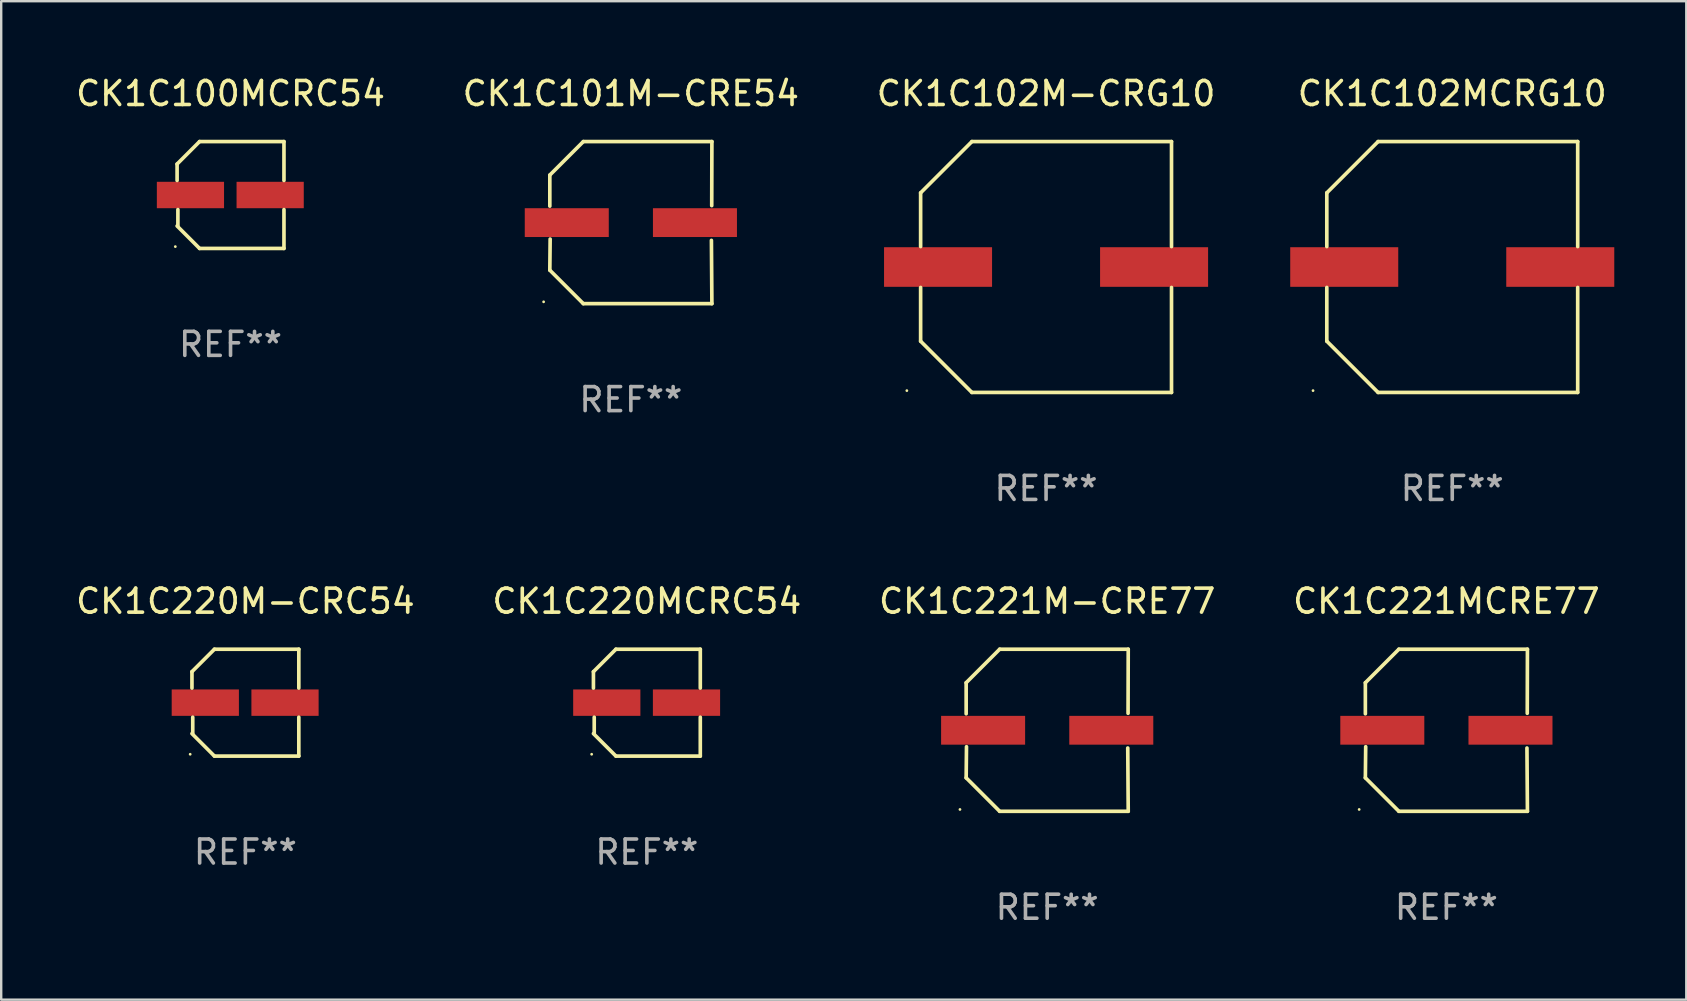
<source format=kicad_pcb>
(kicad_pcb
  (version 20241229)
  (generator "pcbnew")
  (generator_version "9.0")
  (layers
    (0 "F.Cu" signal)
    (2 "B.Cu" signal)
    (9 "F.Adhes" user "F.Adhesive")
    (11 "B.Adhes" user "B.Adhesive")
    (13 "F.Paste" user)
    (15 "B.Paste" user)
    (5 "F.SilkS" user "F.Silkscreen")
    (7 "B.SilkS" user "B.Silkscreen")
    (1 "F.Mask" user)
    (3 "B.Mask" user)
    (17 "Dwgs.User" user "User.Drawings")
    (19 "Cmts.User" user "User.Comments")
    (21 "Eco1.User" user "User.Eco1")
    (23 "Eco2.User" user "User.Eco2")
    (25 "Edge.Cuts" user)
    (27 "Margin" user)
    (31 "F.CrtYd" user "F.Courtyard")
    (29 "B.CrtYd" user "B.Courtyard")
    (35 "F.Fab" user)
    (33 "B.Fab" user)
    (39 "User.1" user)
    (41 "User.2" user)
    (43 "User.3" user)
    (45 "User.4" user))
  (footprint "CK1C101M-CRE54"
    (layer "F.Cu")
    (at 23.232 6.224)
    (property "Reference" "CK1C101M-CRE54" (at 0 -5.376 0) (layer "F.SilkS") (effects (font (size 1 1) (thickness 0.15))))
    (attr through_hole)
    (fp_line (start -3.376 -1.98) (end -3.376 -0.686) (stroke (width 0.152) (type solid)) (layer "F.SilkS"))
    (fp_line (start -3.376 1.981) (end -3.362 0.686) (stroke (width 0.152) (type solid)) (layer "F.SilkS"))
    (fp_line (start -1.981 3.376) (end -3.376 1.981) (stroke (width 0.152) (type solid)) (layer "F.SilkS"))
    (fp_line (start -1.98 -3.376) (end -3.376 -1.98) (stroke (width 0.152) (type solid)) (layer "F.SilkS"))
    (fp_line (start 3.356 0.74) (end 3.376 3.376) (stroke (width 0.152) (type solid)) (layer "F.SilkS"))
    (fp_line (start 3.369 -0.707) (end 3.376 -3.376) (stroke (width 0.152) (type solid)) (layer "F.SilkS"))
    (fp_line (start 3.376 3.376) (end -1.981 3.376) (stroke (width 0.152) (type solid)) (layer "F.SilkS"))
    (fp_line (start 3.376 -3.376) (end -1.98 -3.376) (stroke (width 0.152) (type solid)) (layer "F.SilkS"))
    (fp_circle (center -3.634 3.3) (end -3.604 3.3) (stroke (width 0.06) (type solid)) (fill no) (layer "F.SilkS"))
    (fp_text user "REF**" (at 0 7.376 0) (layer "F.Fab") (effects (font (size 1 1) (thickness 0.15))))
    (pad "1" smd rect (at -2.67 0.000254) (size 3.5 1.2) (layers "F.Cu" "F.Mask" "F.Paste"))
    (pad "2" smd rect (at 2.67 0.000254) (size 3.5 1.2) (layers "F.Cu" "F.Mask" "F.Paste")))
  (footprint "CK1C220M-CRC54"
    (layer "F.Cu")
    (at 7.173 26.223)
    (property "Reference" "CK1C220M-CRC54" (at 0 -4.226 0) (layer "F.SilkS") (effects (font (size 1 1) (thickness 0.15))))
    (attr through_hole)
    (fp_line (start -2.226 -1.29) (end -2.226 -0.607) (stroke (width 0.152) (type solid)) (layer "F.SilkS"))
    (fp_line (start -2.193 1.29) (end -2.193 0.607) (stroke (width 0.152) (type solid)) (layer "F.SilkS"))
    (fp_line (start -1.29 2.226) (end -2.226 1.29) (stroke (width 0.152) (type solid)) (layer "F.SilkS"))
    (fp_line (start -1.29 -2.226) (end -2.226 -1.29) (stroke (width 0.152) (type solid)) (layer "F.SilkS"))
    (fp_line (start 2.226 -2.226) (end -1.29 -2.226) (stroke (width 0.152) (type solid)) (layer "F.SilkS"))
    (fp_line (start 2.226 -0.607) (end 2.226 -2.226) (stroke (width 0.152) (type solid)) (layer "F.SilkS"))
    (fp_line (start 2.226 0.607) (end 2.226 2.226) (stroke (width 0.152) (type solid)) (layer "F.SilkS"))
    (fp_line (start 2.226 2.226) (end -1.29 2.226) (stroke (width 0.152) (type solid)) (layer "F.SilkS"))
    (fp_circle (center -2.3 2.15) (end -2.27 2.15) (stroke (width 0.06) (type solid)) (fill no) (layer "F.SilkS"))
    (fp_text user "REF**" (at 0 6.226 0) (layer "F.Fab") (effects (font (size 1 1) (thickness 0.15))))
    (pad "1" smd rect (at -1.67 -0.000025) (size 2.8 1.1) (layers "F.Cu" "F.Mask" "F.Paste"))
    (pad "2" smd rect (at 1.651 -0.000025) (size 2.8 1.1) (layers "F.Cu" "F.Mask" "F.Paste")))
  (footprint "CK1C221M-CRE77"
    (layer "F.Cu")
    (at 40.577 27.373)
    (property "Reference" "CK1C221M-CRE77" (at 0 -5.376 0) (layer "F.SilkS") (effects (font (size 1 1) (thickness 0.15))))
    (attr through_hole)
    (fp_line (start -3.376 -1.98) (end -3.376 -0.686) (stroke (width 0.152) (type solid)) (layer "F.SilkS"))
    (fp_line (start -3.376 1.981) (end -3.362 0.686) (stroke (width 0.152) (type solid)) (layer "F.SilkS"))
    (fp_line (start -1.981 3.376) (end -3.376 1.981) (stroke (width 0.152) (type solid)) (layer "F.SilkS"))
    (fp_line (start -1.98 -3.376) (end -3.376 -1.98) (stroke (width 0.152) (type solid)) (layer "F.SilkS"))
    (fp_line (start 3.356 0.74) (end 3.376 3.376) (stroke (width 0.152) (type solid)) (layer "F.SilkS"))
    (fp_line (start 3.369 -0.707) (end 3.376 -3.376) (stroke (width 0.152) (type solid)) (layer "F.SilkS"))
    (fp_line (start 3.376 3.376) (end -1.981 3.376) (stroke (width 0.152) (type solid)) (layer "F.SilkS"))
    (fp_line (start 3.376 -3.376) (end -1.98 -3.376) (stroke (width 0.152) (type solid)) (layer "F.SilkS"))
    (fp_circle (center -3.634 3.3) (end -3.604 3.3) (stroke (width 0.06) (type solid)) (fill no) (layer "F.SilkS"))
    (fp_text user "REF**" (at 0 7.376 0) (layer "F.Fab") (effects (font (size 1 1) (thickness 0.15))))
    (pad "1" smd rect (at -2.67 0.000254) (size 3.5 1.2) (layers "F.Cu" "F.Mask" "F.Paste"))
    (pad "2" smd rect (at 2.67 0.000254) (size 3.5 1.2) (layers "F.Cu" "F.Mask" "F.Paste")))
  (footprint "CK1C100MCRC54"
    (layer "F.Cu")
    (at 6.554 5.074)
    (property "Reference" "CK1C100MCRC54" (at 0 -4.226 0) (layer "F.SilkS") (effects (font (size 1 1) (thickness 0.15))))
    (attr through_hole)
    (fp_line (start -2.226 -1.29) (end -2.226 -0.607) (stroke (width 0.152) (type solid)) (layer "F.SilkS"))
    (fp_line (start -2.193 1.29) (end -2.193 0.607) (stroke (width 0.152) (type solid)) (layer "F.SilkS"))
    (fp_line (start -1.29 2.226) (end -2.226 1.29) (stroke (width 0.152) (type solid)) (layer "F.SilkS"))
    (fp_line (start -1.29 -2.226) (end -2.226 -1.29) (stroke (width 0.152) (type solid)) (layer "F.SilkS"))
    (fp_line (start 2.226 -2.226) (end -1.29 -2.226) (stroke (width 0.152) (type solid)) (layer "F.SilkS"))
    (fp_line (start 2.226 -0.607) (end 2.226 -2.226) (stroke (width 0.152) (type solid)) (layer "F.SilkS"))
    (fp_line (start 2.226 0.607) (end 2.226 2.226) (stroke (width 0.152) (type solid)) (layer "F.SilkS"))
    (fp_line (start 2.226 2.226) (end -1.29 2.226) (stroke (width 0.152) (type solid)) (layer "F.SilkS"))
    (fp_circle (center -2.3 2.15) (end -2.27 2.15) (stroke (width 0.06) (type solid)) (fill no) (layer "F.SilkS"))
    (fp_text user "REF**" (at 0 6.226 0) (layer "F.Fab") (effects (font (size 1 1) (thickness 0.15))))
    (pad "1" smd rect (at -1.67 -0.000025) (size 2.8 1.1) (layers "F.Cu" "F.Mask" "F.Paste"))
    (pad "2" smd rect (at 1.651 -0.000025) (size 2.8 1.1) (layers "F.Cu" "F.Mask" "F.Paste")))
  (footprint "CK1C102MCRG10"
    (layer "F.Cu")
    (at 57.452 8.074)
    (property "Reference" "CK1C102MCRG10" (at 0 -7.226 0) (layer "F.SilkS") (effects (font (size 1 1) (thickness 0.15))))
    (attr through_hole)
    (fp_line (start -5.226 -3.09) (end -5.226 -0.852) (stroke (width 0.152) (type solid)) (layer "F.SilkS"))
    (fp_line (start -5.226 3.09) (end -5.226 0.852) (stroke (width 0.152) (type solid)) (layer "F.SilkS"))
    (fp_line (start -3.09 -5.226) (end -5.226 -3.09) (stroke (width 0.152) (type solid)) (layer "F.SilkS"))
    (fp_line (start -3.09 5.226) (end -5.226 3.09) (stroke (width 0.152) (type solid)) (layer "F.SilkS"))
    (fp_line (start 5.226 -5.226) (end -3.09 -5.226) (stroke (width 0.152) (type solid)) (layer "F.SilkS"))
    (fp_line (start 5.226 -0.852) (end 5.226 -5.226) (stroke (width 0.152) (type solid)) (layer "F.SilkS"))
    (fp_line (start 5.226 0.852) (end 5.226 5.226) (stroke (width 0.152) (type solid)) (layer "F.SilkS"))
    (fp_line (start 5.226 5.226) (end -3.09 5.226) (stroke (width 0.152) (type solid)) (layer "F.SilkS"))
    (fp_circle (center -5.8 5.15) (end -5.77 5.15) (stroke (width 0.06) (type solid)) (fill no) (layer "F.SilkS"))
    (fp_text user "REF**" (at 0 9.226 0) (layer "F.Fab") (effects (font (size 1 1) (thickness 0.15))))
    (pad "1" smd rect (at -4.5 0) (size 4.5 1.65) (layers "F.Cu" "F.Mask" "F.Paste"))
    (pad "2" smd rect (at 4.5 0) (size 4.5 1.65) (layers "F.Cu" "F.Mask" "F.Paste")))
  (footprint "CK1C221MCRE77"
    (layer "F.Cu")
    (at 57.208 27.373)
    (property "Reference" "CK1C221MCRE77" (at 0 -5.376 0) (layer "F.SilkS") (effects (font (size 1 1) (thickness 0.15))))
    (attr through_hole)
    (fp_line (start -3.376 -1.98) (end -3.376 -0.686) (stroke (width 0.152) (type solid)) (layer "F.SilkS"))
    (fp_line (start -3.376 1.981) (end -3.362 0.686) (stroke (width 0.152) (type solid)) (layer "F.SilkS"))
    (fp_line (start -1.981 3.376) (end -3.376 1.981) (stroke (width 0.152) (type solid)) (layer "F.SilkS"))
    (fp_line (start -1.98 -3.376) (end -3.376 -1.98) (stroke (width 0.152) (type solid)) (layer "F.SilkS"))
    (fp_line (start 3.356 0.74) (end 3.376 3.376) (stroke (width 0.152) (type solid)) (layer "F.SilkS"))
    (fp_line (start 3.369 -0.707) (end 3.376 -3.376) (stroke (width 0.152) (type solid)) (layer "F.SilkS"))
    (fp_line (start 3.376 3.376) (end -1.981 3.376) (stroke (width 0.152) (type solid)) (layer "F.SilkS"))
    (fp_line (start 3.376 -3.376) (end -1.98 -3.376) (stroke (width 0.152) (type solid)) (layer "F.SilkS"))
    (fp_circle (center -3.634 3.3) (end -3.604 3.3) (stroke (width 0.06) (type solid)) (fill no) (layer "F.SilkS"))
    (fp_text user "REF**" (at 0 7.376 0) (layer "F.Fab") (effects (font (size 1 1) (thickness 0.15))))
    (pad "1" smd rect (at -2.67 0.000254) (size 3.5 1.2) (layers "F.Cu" "F.Mask" "F.Paste"))
    (pad "2" smd rect (at 2.67 0.000254) (size 3.5 1.2) (layers "F.Cu" "F.Mask" "F.Paste")))
  (footprint "CK1C220MCRC54"
    (layer "F.Cu")
    (at 23.899 26.223)
    (property "Reference" "CK1C220MCRC54" (at 0 -4.226 0) (layer "F.SilkS") (effects (font (size 1 1) (thickness 0.15))))
    (attr through_hole)
    (fp_line (start -2.226 -1.29) (end -2.226 -0.607) (stroke (width 0.152) (type solid)) (layer "F.SilkS"))
    (fp_line (start -2.193 1.29) (end -2.193 0.607) (stroke (width 0.152) (type solid)) (layer "F.SilkS"))
    (fp_line (start -1.29 2.226) (end -2.226 1.29) (stroke (width 0.152) (type solid)) (layer "F.SilkS"))
    (fp_line (start -1.29 -2.226) (end -2.226 -1.29) (stroke (width 0.152) (type solid)) (layer "F.SilkS"))
    (fp_line (start 2.226 -2.226) (end -1.29 -2.226) (stroke (width 0.152) (type solid)) (layer "F.SilkS"))
    (fp_line (start 2.226 -0.607) (end 2.226 -2.226) (stroke (width 0.152) (type solid)) (layer "F.SilkS"))
    (fp_line (start 2.226 0.607) (end 2.226 2.226) (stroke (width 0.152) (type solid)) (layer "F.SilkS"))
    (fp_line (start 2.226 2.226) (end -1.29 2.226) (stroke (width 0.152) (type solid)) (layer "F.SilkS"))
    (fp_circle (center -2.3 2.15) (end -2.27 2.15) (stroke (width 0.06) (type solid)) (fill no) (layer "F.SilkS"))
    (fp_text user "REF**" (at 0 6.226 0) (layer "F.Fab") (effects (font (size 1 1) (thickness 0.15))))
    (pad "1" smd rect (at -1.67 -0.000025) (size 2.8 1.1) (layers "F.Cu" "F.Mask" "F.Paste"))
    (pad "2" smd rect (at 1.651 -0.000025) (size 2.8 1.1) (layers "F.Cu" "F.Mask" "F.Paste")))
  (footprint "CK1C102M-CRG10"
    (layer "F.Cu")
    (at 40.53 8.074)
    (property "Reference" "CK1C102M-CRG10" (at 0 -7.226 0) (layer "F.SilkS") (effects (font (size 1 1) (thickness 0.15))))
    (attr through_hole)
    (fp_line (start -5.226 -3.09) (end -5.226 -0.852) (stroke (width 0.152) (type solid)) (layer "F.SilkS"))
    (fp_line (start -5.226 3.09) (end -5.226 0.852) (stroke (width 0.152) (type solid)) (layer "F.SilkS"))
    (fp_line (start -3.09 -5.226) (end -5.226 -3.09) (stroke (width 0.152) (type solid)) (layer "F.SilkS"))
    (fp_line (start -3.09 5.226) (end -5.226 3.09) (stroke (width 0.152) (type solid)) (layer "F.SilkS"))
    (fp_line (start 5.226 -5.226) (end -3.09 -5.226) (stroke (width 0.152) (type solid)) (layer "F.SilkS"))
    (fp_line (start 5.226 -0.852) (end 5.226 -5.226) (stroke (width 0.152) (type solid)) (layer "F.SilkS"))
    (fp_line (start 5.226 0.852) (end 5.226 5.226) (stroke (width 0.152) (type solid)) (layer "F.SilkS"))
    (fp_line (start 5.226 5.226) (end -3.09 5.226) (stroke (width 0.152) (type solid)) (layer "F.SilkS"))
    (fp_circle (center -5.8 5.15) (end -5.77 5.15) (stroke (width 0.06) (type solid)) (fill no) (layer "F.SilkS"))
    (fp_text user "REF**" (at 0 9.226 0) (layer "F.Fab") (effects (font (size 1 1) (thickness 0.15))))
    (pad "1" smd rect (at -4.5 0) (size 4.5 1.65) (layers "F.Cu" "F.Mask" "F.Paste"))
    (pad "2" smd rect (at 4.5 0) (size 4.5 1.65) (layers "F.Cu" "F.Mask" "F.Paste")))
  (gr_rect
    (start -3 -3)
    (end 67.202 38.597)
    (stroke (width 0.1) (type default))
    (fill no)
    (layer "Edge.Cuts")))
</source>
